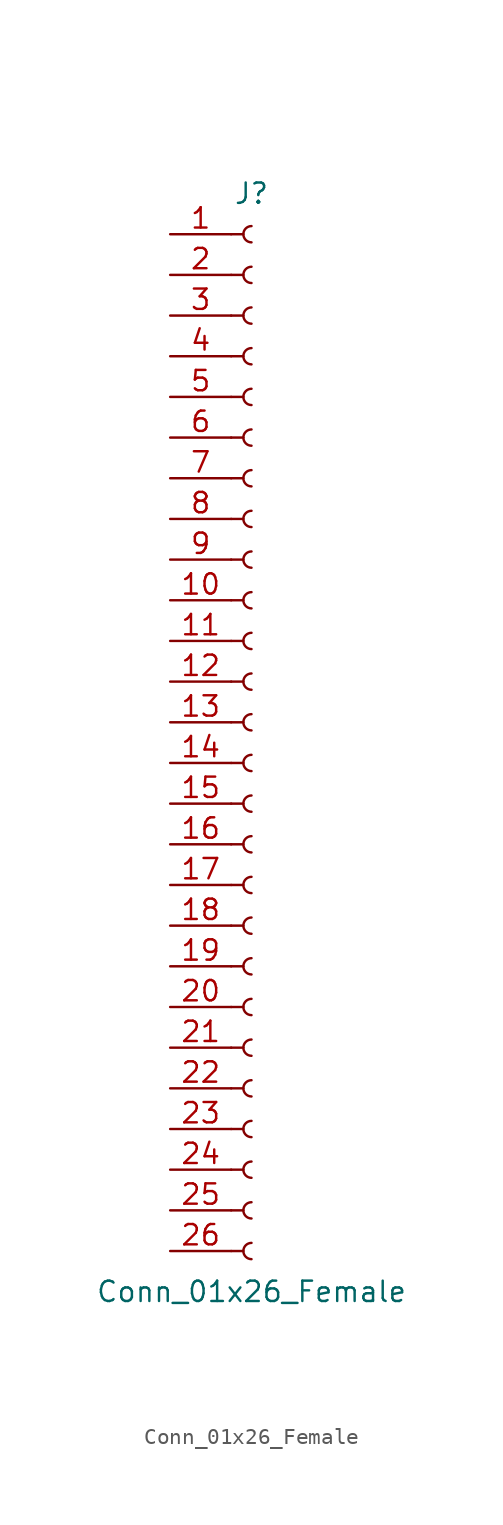
<source format=kicad_sym>
(kicad_symbol_lib
  (version 20201005)
  (generator kicad_symbol_editor)
  (symbol "Conn_01x26_Female"
    (pin_names
      (offset 1.016) hide)
    (property "Reference" "J"
      (at 0 33.02 0)
      (effects (font (size 1.27 1.27))))
    (property "Value" "Conn_01x26_Female"
      (at 0 -35.56 0)
      (effects (font (size 1.27 1.27))))
    (symbol "Conn_01x26_Female_1_1"
      (arc (start 0 -32.512) (end 0 -33.528) (radius (at 0 -33.02) (length 0.508) (angles 90.1 -90.1)) (stroke (width 0.1524)) (fill (type none)))
      (arc (start 0 -29.972) (end 0 -30.988) (radius (at 0 -30.48) (length 0.508) (angles 90.1 -90.1)) (stroke (width 0.1524)) (fill (type none)))
      (arc (start 0 -27.432) (end 0 -28.448) (radius (at 0 -27.94) (length 0.508) (angles 90.1 -90.1)) (stroke (width 0.1524)) (fill (type none)))
      (arc (start 0 -24.892) (end 0 -25.908) (radius (at 0 -25.4) (length 0.508) (angles 90.1 -90.1)) (stroke (width 0.1524)) (fill (type none)))
      (arc (start 0 -22.352) (end 0 -23.368) (radius (at 0 -22.86) (length 0.508) (angles 90.1 -90.1)) (stroke (width 0.1524)) (fill (type none)))
      (arc (start 0 -19.812) (end 0 -20.828) (radius (at 0 -20.32) (length 0.508) (angles 90.1 -90.1)) (stroke (width 0.1524)) (fill (type none)))
      (arc (start 0 -17.272) (end 0 -18.288) (radius (at 0 -17.78) (length 0.508) (angles 90.1 -90.1)) (stroke (width 0.1524)) (fill (type none)))
      (arc (start 0 -14.732) (end 0 -15.748) (radius (at 0 -15.24) (length 0.508) (angles 90.1 -90.1)) (stroke (width 0.1524)) (fill (type none)))
      (arc (start 0 -12.192) (end 0 -13.208) (radius (at 0 -12.7) (length 0.508) (angles 90.1 -90.1)) (stroke (width 0.1524)) (fill (type none)))
      (arc (start 0 -9.652) (end 0 -10.668) (radius (at 0 -10.16) (length 0.508) (angles 90.1 -90.1)) (stroke (width 0.1524)) (fill (type none)))
      (arc (start 0 -7.112) (end 0 -8.128) (radius (at 0 -7.62) (length 0.508) (angles 90.1 -90.1)) (stroke (width 0.1524)) (fill (type none)))
      (arc (start 0 -4.572) (end 0 -5.588) (radius (at 0 -5.08) (length 0.508) (angles 90.1 -90.1)) (stroke (width 0.1524)) (fill (type none)))
      (arc (start 0 -2.032) (end 0 -3.048) (radius (at 0 -2.54) (length 0.508) (angles 90.1 -90.1)) (stroke (width 0.1524)) (fill (type none)))
      (arc (start 0 0.508) (end 0 -0.508) (radius (at 0 0) (length 0.508) (angles 90.1 -90.1)) (stroke (width 0.1524)) (fill (type none)))
      (arc (start 0 3.048) (end 0 2.032) (radius (at 0 2.54) (length 0.508) (angles 90.1 -90.1)) (stroke (width 0.1524)) (fill (type none)))
      (arc (start 0 5.588) (end 0 4.572) (radius (at 0 5.08) (length 0.508) (angles 90.1 -90.1)) (stroke (width 0.1524)) (fill (type none)))
      (arc (start 0 8.128) (end 0 7.112) (radius (at 0 7.62) (length 0.508) (angles 90.1 -90.1)) (stroke (width 0.1524)) (fill (type none)))
      (arc (start 0 10.668) (end 0 9.652) (radius (at 0 10.16) (length 0.508) (angles 90.1 -90.1)) (stroke (width 0.1524)) (fill (type none)))
      (arc (start 0 13.208) (end 0 12.192) (radius (at 0 12.7) (length 0.508) (angles 90.1 -90.1)) (stroke (width 0.1524)) (fill (type none)))
      (arc (start 0 15.748) (end 0 14.732) (radius (at 0 15.24) (length 0.508) (angles 90.1 -90.1)) (stroke (width 0.1524)) (fill (type none)))
      (arc (start 0 18.288) (end 0 17.272) (radius (at 0 17.78) (length 0.508) (angles 90.1 -90.1)) (stroke (width 0.1524)) (fill (type none)))
      (arc (start 0 20.828) (end 0 19.812) (radius (at 0 20.32) (length 0.508) (angles 90.1 -90.1)) (stroke (width 0.1524)) (fill (type none)))
      (arc (start 0 23.368) (end 0 22.352) (radius (at 0 22.86) (length 0.508) (angles 90.1 -90.1)) (stroke (width 0.1524)) (fill (type none)))
      (arc (start 0 25.908) (end 0 24.892) (radius (at 0 25.4) (length 0.508) (angles 90.1 -90.1)) (stroke (width 0.1524)) (fill (type none)))
      (arc (start 0 28.448) (end 0 27.432) (radius (at 0 27.94) (length 0.508) (angles 90.1 -90.1)) (stroke (width 0.1524)) (fill (type none)))
      (arc (start 0 30.988) (end 0 29.972) (radius (at 0 30.48) (length 0.508) (angles 90.1 -90.1)) (stroke (width 0.1524)) (fill (type none)))
      (polyline (pts (xy -1.27 -33.02) (xy -0.508 -33.02)) (stroke (width 0.152)) (fill (type none)))
      (polyline (pts (xy -1.27 -30.48) (xy -0.508 -30.48)) (stroke (width 0.152)) (fill (type none)))
      (polyline (pts (xy -1.27 -27.94) (xy -0.508 -27.94)) (stroke (width 0.152)) (fill (type none)))
      (polyline (pts (xy -1.27 -25.4) (xy -0.508 -25.4)) (stroke (width 0.152)) (fill (type none)))
      (polyline (pts (xy -1.27 -22.86) (xy -0.508 -22.86)) (stroke (width 0.152)) (fill (type none)))
      (polyline (pts (xy -1.27 -20.32) (xy -0.508 -20.32)) (stroke (width 0.152)) (fill (type none)))
      (polyline (pts (xy -1.27 -17.78) (xy -0.508 -17.78)) (stroke (width 0.152)) (fill (type none)))
      (polyline (pts (xy -1.27 -15.24) (xy -0.508 -15.24)) (stroke (width 0.152)) (fill (type none)))
      (polyline (pts (xy -1.27 -12.7) (xy -0.508 -12.7)) (stroke (width 0.152)) (fill (type none)))
      (polyline (pts (xy -1.27 -10.16) (xy -0.508 -10.16)) (stroke (width 0.152)) (fill (type none)))
      (polyline (pts (xy -1.27 -7.62) (xy -0.508 -7.62)) (stroke (width 0.152)) (fill (type none)))
      (polyline (pts (xy -1.27 -5.08) (xy -0.508 -5.08)) (stroke (width 0.152)) (fill (type none)))
      (polyline (pts (xy -1.27 -2.54) (xy -0.508 -2.54)) (stroke (width 0.152)) (fill (type none)))
      (polyline (pts (xy -1.27 0) (xy -0.508 0)) (stroke (width 0.152)) (fill (type none)))
      (polyline (pts (xy -1.27 2.54) (xy -0.508 2.54)) (stroke (width 0.152)) (fill (type none)))
      (polyline (pts (xy -1.27 5.08) (xy -0.508 5.08)) (stroke (width 0.152)) (fill (type none)))
      (polyline (pts (xy -1.27 7.62) (xy -0.508 7.62)) (stroke (width 0.152)) (fill (type none)))
      (polyline (pts (xy -1.27 10.16) (xy -0.508 10.16)) (stroke (width 0.152)) (fill (type none)))
      (polyline (pts (xy -1.27 12.7) (xy -0.508 12.7)) (stroke (width 0.152)) (fill (type none)))
      (polyline (pts (xy -1.27 15.24) (xy -0.508 15.24)) (stroke (width 0.152)) (fill (type none)))
      (polyline (pts (xy -1.27 17.78) (xy -0.508 17.78)) (stroke (width 0.152)) (fill (type none)))
      (polyline (pts (xy -1.27 20.32) (xy -0.508 20.32)) (stroke (width 0.152)) (fill (type none)))
      (polyline (pts (xy -1.27 22.86) (xy -0.508 22.86)) (stroke (width 0.152)) (fill (type none)))
      (polyline (pts (xy -1.27 25.4) (xy -0.508 25.4)) (stroke (width 0.152)) (fill (type none)))
      (polyline (pts (xy -1.27 27.94) (xy -0.508 27.94)) (stroke (width 0.152)) (fill (type none)))
      (polyline (pts (xy -1.27 30.48) (xy -0.508 30.48)) (stroke (width 0.152)) (fill (type none)))
      (pin passive line (at -5.08 30.48 0) (length 3.81) (name "Pin_1" (effects (font (size 1.27 1.27)))) (number "1" (effects (font (size 1.27 1.27)))))
      (pin passive line (at -5.08 7.62 0) (length 3.81) (name "Pin_10" (effects (font (size 1.27 1.27)))) (number "10" (effects (font (size 1.27 1.27)))))
      (pin passive line (at -5.08 5.08 0) (length 3.81) (name "Pin_11" (effects (font (size 1.27 1.27)))) (number "11" (effects (font (size 1.27 1.27)))))
      (pin passive line (at -5.08 2.54 0) (length 3.81) (name "Pin_12" (effects (font (size 1.27 1.27)))) (number "12" (effects (font (size 1.27 1.27)))))
      (pin passive line (at -5.08 0 0) (length 3.81) (name "Pin_13" (effects (font (size 1.27 1.27)))) (number "13" (effects (font (size 1.27 1.27)))))
      (pin passive line (at -5.08 -2.54 0) (length 3.81) (name "Pin_14" (effects (font (size 1.27 1.27)))) (number "14" (effects (font (size 1.27 1.27)))))
      (pin passive line (at -5.08 -5.08 0) (length 3.81) (name "Pin_15" (effects (font (size 1.27 1.27)))) (number "15" (effects (font (size 1.27 1.27)))))
      (pin passive line (at -5.08 -7.62 0) (length 3.81) (name "Pin_16" (effects (font (size 1.27 1.27)))) (number "16" (effects (font (size 1.27 1.27)))))
      (pin passive line (at -5.08 -10.16 0) (length 3.81) (name "Pin_17" (effects (font (size 1.27 1.27)))) (number "17" (effects (font (size 1.27 1.27)))))
      (pin passive line (at -5.08 -12.7 0) (length 3.81) (name "Pin_18" (effects (font (size 1.27 1.27)))) (number "18" (effects (font (size 1.27 1.27)))))
      (pin passive line (at -5.08 -15.24 0) (length 3.81) (name "Pin_19" (effects (font (size 1.27 1.27)))) (number "19" (effects (font (size 1.27 1.27)))))
      (pin passive line (at -5.08 27.94 0) (length 3.81) (name "Pin_2" (effects (font (size 1.27 1.27)))) (number "2" (effects (font (size 1.27 1.27)))))
      (pin passive line (at -5.08 -17.78 0) (length 3.81) (name "Pin_20" (effects (font (size 1.27 1.27)))) (number "20" (effects (font (size 1.27 1.27)))))
      (pin passive line (at -5.08 -20.32 0) (length 3.81) (name "Pin_21" (effects (font (size 1.27 1.27)))) (number "21" (effects (font (size 1.27 1.27)))))
      (pin passive line (at -5.08 -22.86 0) (length 3.81) (name "Pin_22" (effects (font (size 1.27 1.27)))) (number "22" (effects (font (size 1.27 1.27)))))
      (pin passive line (at -5.08 -25.4 0) (length 3.81) (name "Pin_23" (effects (font (size 1.27 1.27)))) (number "23" (effects (font (size 1.27 1.27)))))
      (pin passive line (at -5.08 -27.94 0) (length 3.81) (name "Pin_24" (effects (font (size 1.27 1.27)))) (number "24" (effects (font (size 1.27 1.27)))))
      (pin passive line (at -5.08 -30.48 0) (length 3.81) (name "Pin_25" (effects (font (size 1.27 1.27)))) (number "25" (effects (font (size 1.27 1.27)))))
      (pin passive line (at -5.08 -33.02 0) (length 3.81) (name "Pin_26" (effects (font (size 1.27 1.27)))) (number "26" (effects (font (size 1.27 1.27)))))
      (pin passive line (at -5.08 25.4 0) (length 3.81) (name "Pin_3" (effects (font (size 1.27 1.27)))) (number "3" (effects (font (size 1.27 1.27)))))
      (pin passive line (at -5.08 22.86 0) (length 3.81) (name "Pin_4" (effects (font (size 1.27 1.27)))) (number "4" (effects (font (size 1.27 1.27)))))
      (pin passive line (at -5.08 20.32 0) (length 3.81) (name "Pin_5" (effects (font (size 1.27 1.27)))) (number "5" (effects (font (size 1.27 1.27)))))
      (pin passive line (at -5.08 17.78 0) (length 3.81) (name "Pin_6" (effects (font (size 1.27 1.27)))) (number "6" (effects (font (size 1.27 1.27)))))
      (pin passive line (at -5.08 15.24 0) (length 3.81) (name "Pin_7" (effects (font (size 1.27 1.27)))) (number "7" (effects (font (size 1.27 1.27)))))
      (pin passive line (at -5.08 12.7 0) (length 3.81) (name "Pin_8" (effects (font (size 1.27 1.27)))) (number "8" (effects (font (size 1.27 1.27)))))
      (pin passive line (at -5.08 10.16 0) (length 3.81) (name "Pin_9" (effects (font (size 1.27 1.27)))) (number "9" (effects (font (size 1.27 1.27))))))))
</source>
